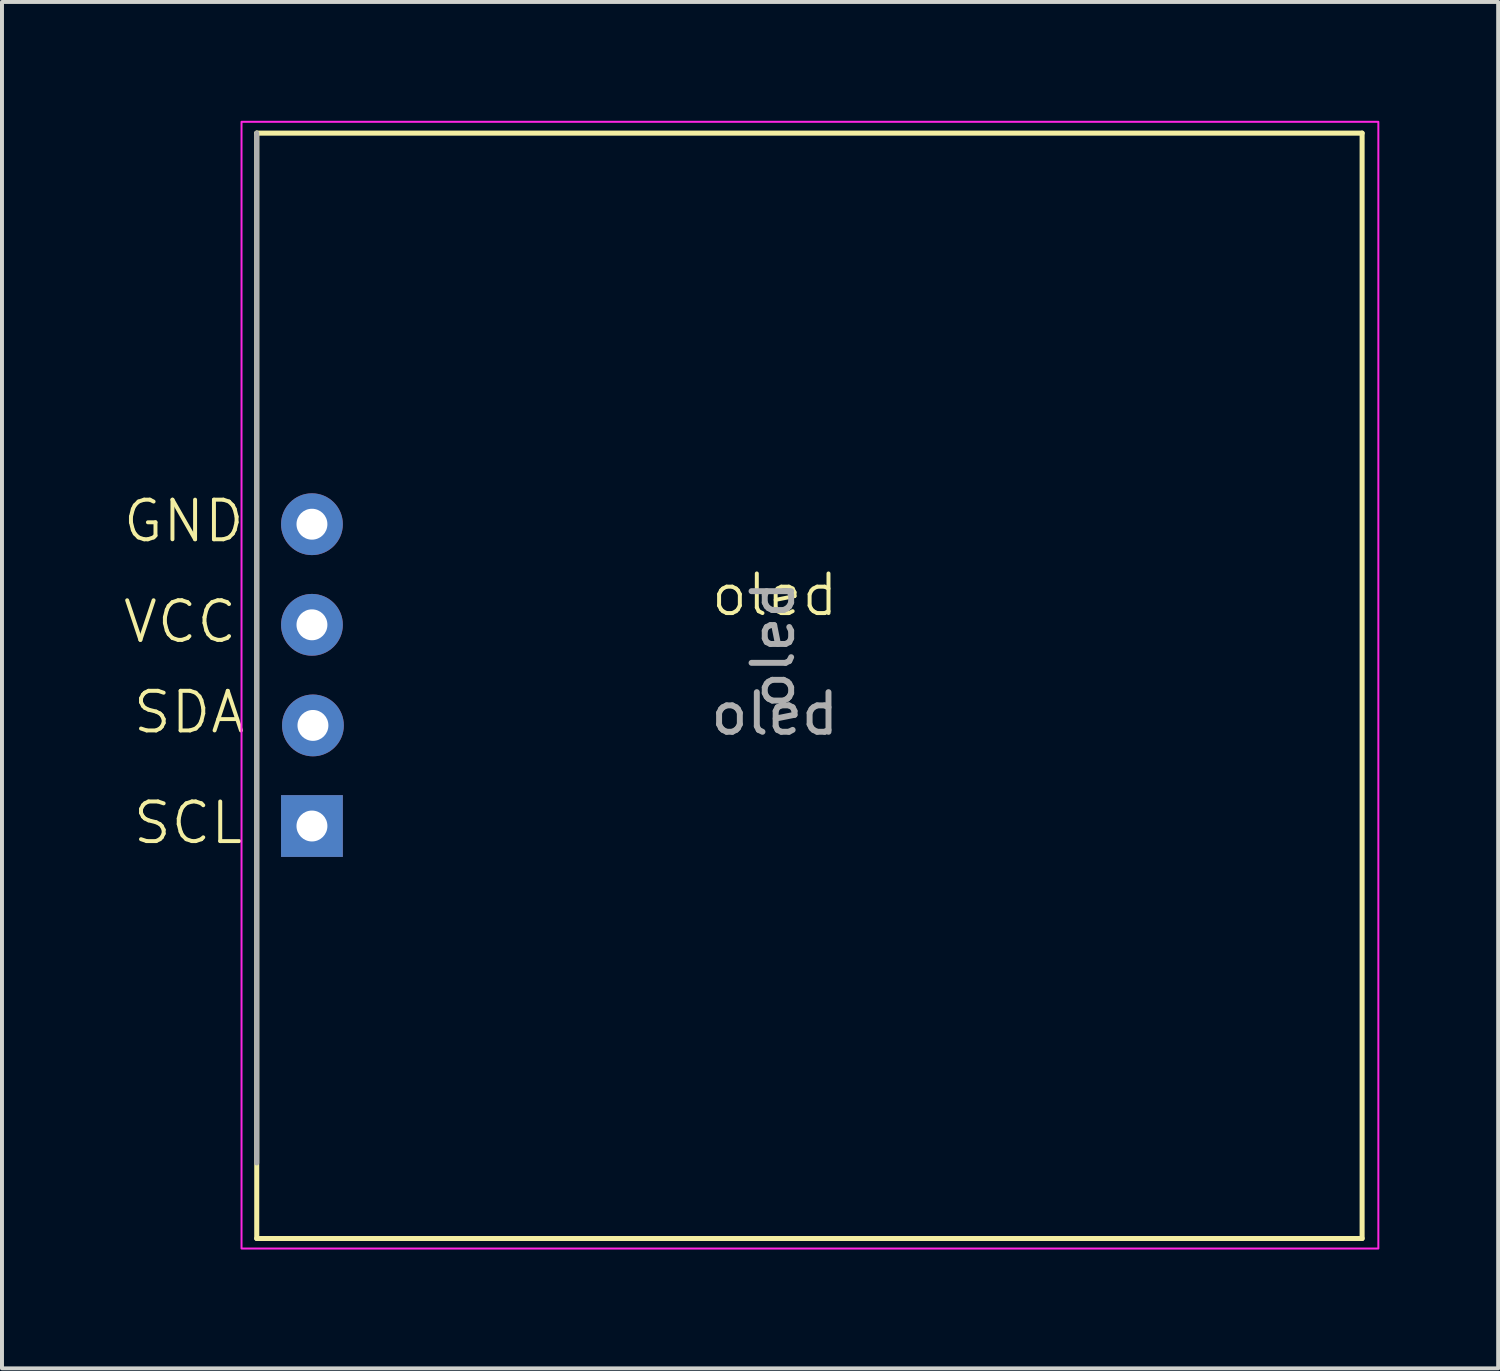
<source format=kicad_pcb>
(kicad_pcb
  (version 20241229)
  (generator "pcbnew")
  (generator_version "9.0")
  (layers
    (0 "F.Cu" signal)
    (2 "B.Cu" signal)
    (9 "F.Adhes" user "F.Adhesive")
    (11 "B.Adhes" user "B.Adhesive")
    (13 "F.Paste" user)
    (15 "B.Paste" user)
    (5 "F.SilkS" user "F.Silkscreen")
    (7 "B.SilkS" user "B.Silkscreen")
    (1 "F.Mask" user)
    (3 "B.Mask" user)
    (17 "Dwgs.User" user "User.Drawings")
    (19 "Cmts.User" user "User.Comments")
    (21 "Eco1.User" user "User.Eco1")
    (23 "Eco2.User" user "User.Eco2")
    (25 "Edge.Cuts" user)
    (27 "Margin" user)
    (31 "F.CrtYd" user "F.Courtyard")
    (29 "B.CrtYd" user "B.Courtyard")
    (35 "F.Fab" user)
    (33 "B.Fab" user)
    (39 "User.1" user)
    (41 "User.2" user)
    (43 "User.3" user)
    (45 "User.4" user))
  (footprint "oled"
    (layer "F.Cu")
    (at 16.51 12.471)
    (property "Reference" "oled" (at 0 -0.5 0) (unlocked yes) (layer "F.SilkS") (effects (font (size 1 1) (thickness 0.1))))
    (attr through_hole)
    (fp_line (start -13.078 -12.16) (end 14.83 -12.16) (stroke (width 0.127) (type solid)) (layer "F.SilkS"))
    (fp_line (start -13.078 15.748) (end -13.078 -12.16) (stroke (width 0.127) (type solid)) (layer "F.SilkS"))
    (fp_line (start -13.078 15.748) (end 14.83 15.748) (stroke (width 0.127) (type solid)) (layer "F.SilkS"))
    (fp_line (start 14.83 15.748) (end 14.83 -12.16) (stroke (width 0.127) (type solid)) (layer "F.SilkS"))
    (fp_rect (start -13.462 -12.446) (end 15.24 16.002) (stroke (width 0.05) (type default)) (fill no) (layer "F.CrtYd"))
    (fp_line (start -13.078 13.84) (end -13.078 -12.16) (stroke (width 0.127) (type solid)) (layer "F.Fab"))
    (fp_text user "SCL" (at -16.256 5.842 0) (unlocked yes) (layer "F.SilkS") (effects (font (size 1 1) (thickness 0.1)) (justify left bottom)))
    (fp_text user "GND" (at -16.51 -1.778 0) (unlocked yes) (layer "F.SilkS") (effects (font (size 1 1) (thickness 0.1)) (justify left bottom)))
    (fp_text user "VCC" (at -16.51 0.762 0) (unlocked yes) (layer "F.SilkS") (effects (font (size 1 1) (thickness 0.1)) (justify left bottom)))
    (fp_text user "SDA" (at -16.256 3.048 0) (unlocked yes) (layer "F.SilkS") (effects (font (size 1 1) (thickness 0.1)) (justify left bottom)))
    (fp_text user "${REFERENCE}" (at -0.04 0.762 90) (unlocked yes) (layer "F.Fab") (effects (font (size 1 1) (thickness 0.15))))
    (fp_text user "${REFERENCE}" (at 0 2.5 0) (unlocked yes) (layer "F.Fab") (effects (font (size 1 1) (thickness 0.15))))
    (pad "1" thru_hole rect (at -11.684 5.334) (size 1.56 1.56) (drill 0.78) (layers "*.Cu" "*.Mask"))
    (pad "2" thru_hole circle (at -11.659 2.794) (size 1.56 1.56) (drill 0.78) (layers "*.Cu" "*.Mask"))
    (pad "3" thru_hole circle (at -11.684 0.254) (size 1.56 1.56) (drill 0.78) (layers "*.Cu" "*.Mask"))
    (pad "4" thru_hole circle (at -11.684 -2.286) (size 1.56 1.56) (drill 0.78) (layers "*.Cu" "*.Mask")))
  (gr_rect
    (start -3 -3)
    (end 34.775 31.498)
    (stroke (width 0.1) (type default))
    (fill no)
    (layer "Edge.Cuts")))
</source>
